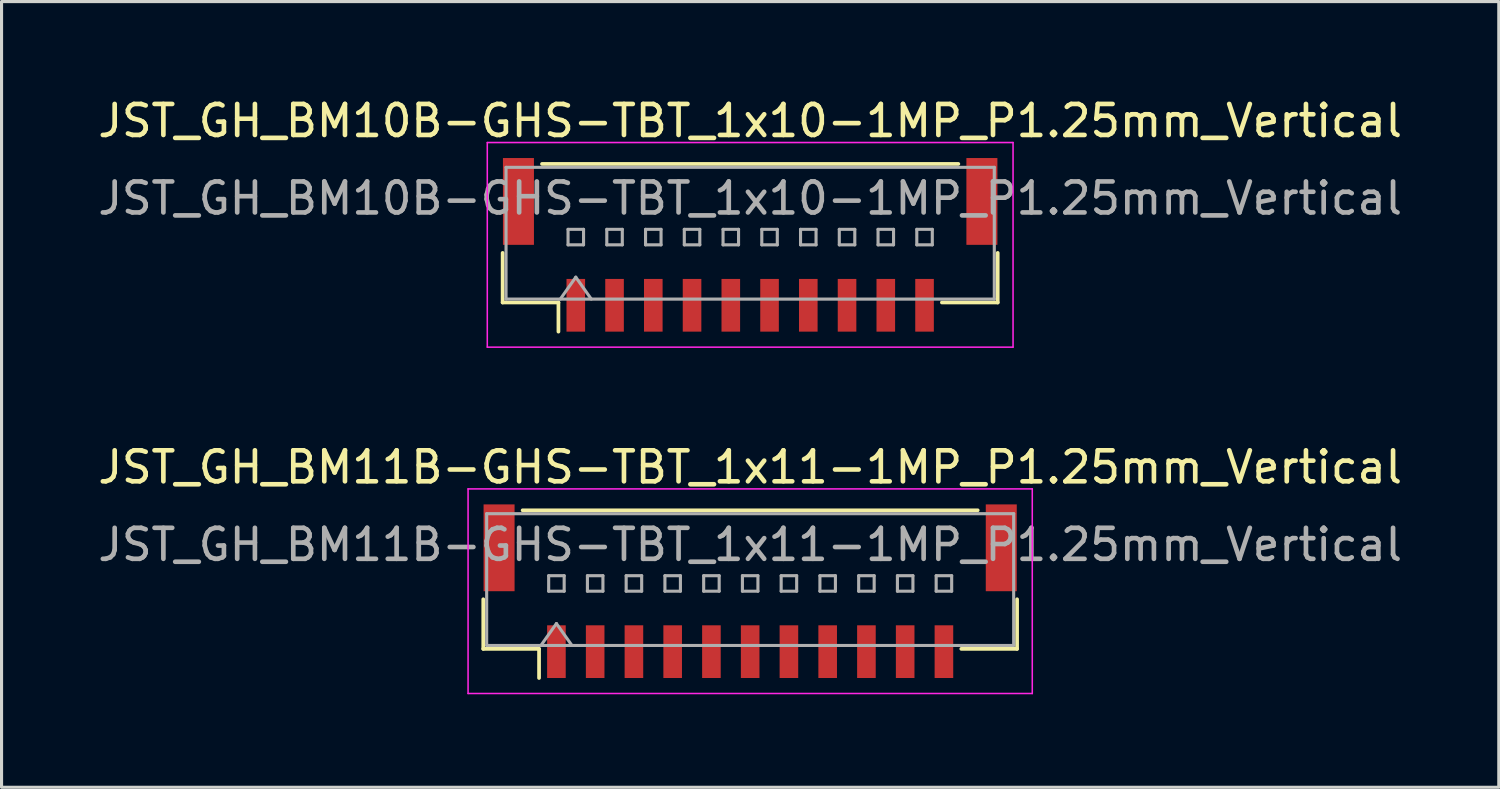
<source format=kicad_pcb>
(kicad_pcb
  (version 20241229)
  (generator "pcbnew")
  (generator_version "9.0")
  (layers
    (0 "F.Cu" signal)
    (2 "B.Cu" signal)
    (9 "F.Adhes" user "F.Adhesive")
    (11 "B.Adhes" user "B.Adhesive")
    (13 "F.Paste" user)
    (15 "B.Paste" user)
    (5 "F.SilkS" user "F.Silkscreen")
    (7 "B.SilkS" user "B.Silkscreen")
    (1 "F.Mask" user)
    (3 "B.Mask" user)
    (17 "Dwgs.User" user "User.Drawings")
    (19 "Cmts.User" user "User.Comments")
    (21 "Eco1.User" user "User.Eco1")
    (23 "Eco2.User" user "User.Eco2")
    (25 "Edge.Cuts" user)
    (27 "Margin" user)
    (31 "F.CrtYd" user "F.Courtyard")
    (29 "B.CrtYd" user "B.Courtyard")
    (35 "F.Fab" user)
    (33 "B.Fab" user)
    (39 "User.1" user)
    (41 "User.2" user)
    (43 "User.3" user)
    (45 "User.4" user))
  (footprint "JST_GH_BM10B-GHS-TBT_1x10-1MP_P1.25mm_Vertical"
    (layer "F.Cu")
    (at 21.149 4.848)
    (property "Reference" "JST_GH_BM10B-GHS-TBT_1x10-1MP_P1.25mm_Vertical" (at 0 -4 0) (layer "F.SilkS") (effects (font (size 1 1) (thickness 0.15))))
    (attr smd)
    (fp_line (start -7.985 0.26) (end -7.985 1.86) (stroke (width 0.12) (type solid)) (layer "F.SilkS"))
    (fp_line (start -7.985 1.86) (end -6.185 1.86) (stroke (width 0.12) (type solid)) (layer "F.SilkS"))
    (fp_line (start -6.715 -2.61) (end 6.715 -2.61) (stroke (width 0.12) (type solid)) (layer "F.SilkS"))
    (fp_line (start -6.185 1.86) (end -6.185 2.8) (stroke (width 0.12) (type solid)) (layer "F.SilkS"))
    (fp_line (start 7.985 0.26) (end 7.985 1.86) (stroke (width 0.12) (type solid)) (layer "F.SilkS"))
    (fp_line (start 7.985 1.86) (end 6.185 1.86) (stroke (width 0.12) (type solid)) (layer "F.SilkS"))
    (fp_line (start -8.48 -3.3) (end -8.48 3.3) (stroke (width 0.05) (type solid)) (layer "F.CrtYd"))
    (fp_line (start -8.48 3.3) (end 8.48 3.3) (stroke (width 0.05) (type solid)) (layer "F.CrtYd"))
    (fp_line (start 8.48 -3.3) (end -8.48 -3.3) (stroke (width 0.05) (type solid)) (layer "F.CrtYd"))
    (fp_line (start 8.48 3.3) (end 8.48 -3.3) (stroke (width 0.05) (type solid)) (layer "F.CrtYd"))
    (fp_line (start -7.875 -2.5) (end 7.875 -2.5) (stroke (width 0.1) (type solid)) (layer "F.Fab"))
    (fp_line (start -7.875 1.75) (end -7.875 -2.5) (stroke (width 0.1) (type solid)) (layer "F.Fab"))
    (fp_line (start -7.875 1.75) (end 7.875 1.75) (stroke (width 0.1) (type solid)) (layer "F.Fab"))
    (fp_line (start -6.125 1.75) (end -5.625 1.043) (stroke (width 0.1) (type solid)) (layer "F.Fab"))
    (fp_line (start -5.875 -0.5) (end -5.875 0) (stroke (width 0.1) (type solid)) (layer "F.Fab"))
    (fp_line (start -5.875 0) (end -5.375 0) (stroke (width 0.1) (type solid)) (layer "F.Fab"))
    (fp_line (start -5.625 1.043) (end -5.125 1.75) (stroke (width 0.1) (type solid)) (layer "F.Fab"))
    (fp_line (start -5.375 -0.5) (end -5.875 -0.5) (stroke (width 0.1) (type solid)) (layer "F.Fab"))
    (fp_line (start -5.375 0) (end -5.375 -0.5) (stroke (width 0.1) (type solid)) (layer "F.Fab"))
    (fp_line (start -4.625 -0.5) (end -4.625 0) (stroke (width 0.1) (type solid)) (layer "F.Fab"))
    (fp_line (start -4.625 0) (end -4.125 0) (stroke (width 0.1) (type solid)) (layer "F.Fab"))
    (fp_line (start -4.125 -0.5) (end -4.625 -0.5) (stroke (width 0.1) (type solid)) (layer "F.Fab"))
    (fp_line (start -4.125 0) (end -4.125 -0.5) (stroke (width 0.1) (type solid)) (layer "F.Fab"))
    (fp_line (start -3.375 -0.5) (end -3.375 0) (stroke (width 0.1) (type solid)) (layer "F.Fab"))
    (fp_line (start -3.375 0) (end -2.875 0) (stroke (width 0.1) (type solid)) (layer "F.Fab"))
    (fp_line (start -2.875 -0.5) (end -3.375 -0.5) (stroke (width 0.1) (type solid)) (layer "F.Fab"))
    (fp_line (start -2.875 0) (end -2.875 -0.5) (stroke (width 0.1) (type solid)) (layer "F.Fab"))
    (fp_line (start -2.125 -0.5) (end -2.125 0) (stroke (width 0.1) (type solid)) (layer "F.Fab"))
    (fp_line (start -2.125 0) (end -1.625 0) (stroke (width 0.1) (type solid)) (layer "F.Fab"))
    (fp_line (start -1.625 -0.5) (end -2.125 -0.5) (stroke (width 0.1) (type solid)) (layer "F.Fab"))
    (fp_line (start -1.625 0) (end -1.625 -0.5) (stroke (width 0.1) (type solid)) (layer "F.Fab"))
    (fp_line (start -0.875 -0.5) (end -0.875 0) (stroke (width 0.1) (type solid)) (layer "F.Fab"))
    (fp_line (start -0.875 0) (end -0.375 0) (stroke (width 0.1) (type solid)) (layer "F.Fab"))
    (fp_line (start -0.375 -0.5) (end -0.875 -0.5) (stroke (width 0.1) (type solid)) (layer "F.Fab"))
    (fp_line (start -0.375 0) (end -0.375 -0.5) (stroke (width 0.1) (type solid)) (layer "F.Fab"))
    (fp_line (start 0.375 -0.5) (end 0.375 0) (stroke (width 0.1) (type solid)) (layer "F.Fab"))
    (fp_line (start 0.375 0) (end 0.875 0) (stroke (width 0.1) (type solid)) (layer "F.Fab"))
    (fp_line (start 0.875 -0.5) (end 0.375 -0.5) (stroke (width 0.1) (type solid)) (layer "F.Fab"))
    (fp_line (start 0.875 0) (end 0.875 -0.5) (stroke (width 0.1) (type solid)) (layer "F.Fab"))
    (fp_line (start 1.625 -0.5) (end 1.625 0) (stroke (width 0.1) (type solid)) (layer "F.Fab"))
    (fp_line (start 1.625 0) (end 2.125 0) (stroke (width 0.1) (type solid)) (layer "F.Fab"))
    (fp_line (start 2.125 -0.5) (end 1.625 -0.5) (stroke (width 0.1) (type solid)) (layer "F.Fab"))
    (fp_line (start 2.125 0) (end 2.125 -0.5) (stroke (width 0.1) (type solid)) (layer "F.Fab"))
    (fp_line (start 2.875 -0.5) (end 2.875 0) (stroke (width 0.1) (type solid)) (layer "F.Fab"))
    (fp_line (start 2.875 0) (end 3.375 0) (stroke (width 0.1) (type solid)) (layer "F.Fab"))
    (fp_line (start 3.375 -0.5) (end 2.875 -0.5) (stroke (width 0.1) (type solid)) (layer "F.Fab"))
    (fp_line (start 3.375 0) (end 3.375 -0.5) (stroke (width 0.1) (type solid)) (layer "F.Fab"))
    (fp_line (start 4.125 -0.5) (end 4.125 0) (stroke (width 0.1) (type solid)) (layer "F.Fab"))
    (fp_line (start 4.125 0) (end 4.625 0) (stroke (width 0.1) (type solid)) (layer "F.Fab"))
    (fp_line (start 4.625 -0.5) (end 4.125 -0.5) (stroke (width 0.1) (type solid)) (layer "F.Fab"))
    (fp_line (start 4.625 0) (end 4.625 -0.5) (stroke (width 0.1) (type solid)) (layer "F.Fab"))
    (fp_line (start 5.375 -0.5) (end 5.375 0) (stroke (width 0.1) (type solid)) (layer "F.Fab"))
    (fp_line (start 5.375 0) (end 5.875 0) (stroke (width 0.1) (type solid)) (layer "F.Fab"))
    (fp_line (start 5.875 -0.5) (end 5.375 -0.5) (stroke (width 0.1) (type solid)) (layer "F.Fab"))
    (fp_line (start 5.875 0) (end 5.875 -0.5) (stroke (width 0.1) (type solid)) (layer "F.Fab"))
    (fp_line (start 7.875 1.75) (end 7.875 -2.5) (stroke (width 0.1) (type solid)) (layer "F.Fab"))
    (fp_text user "${REFERENCE}" (at 0 -1.5 0) (layer "F.Fab") (effects (font (size 1 1) (thickness 0.15))))
    (pad "1" smd rect (at -5.625 1.95) (size 0.6 1.7) (layers "F.Cu" "F.Mask" "F.Paste"))
    (pad "2" smd rect (at -4.375 1.95) (size 0.6 1.7) (layers "F.Cu" "F.Mask" "F.Paste"))
    (pad "3" smd rect (at -3.125 1.95) (size 0.6 1.7) (layers "F.Cu" "F.Mask" "F.Paste"))
    (pad "4" smd rect (at -1.875 1.95) (size 0.6 1.7) (layers "F.Cu" "F.Mask" "F.Paste"))
    (pad "5" smd rect (at -0.625 1.95) (size 0.6 1.7) (layers "F.Cu" "F.Mask" "F.Paste"))
    (pad "6" smd rect (at 0.625 1.95) (size 0.6 1.7) (layers "F.Cu" "F.Mask" "F.Paste"))
    (pad "7" smd rect (at 1.875 1.95) (size 0.6 1.7) (layers "F.Cu" "F.Mask" "F.Paste"))
    (pad "8" smd rect (at 3.125 1.95) (size 0.6 1.7) (layers "F.Cu" "F.Mask" "F.Paste"))
    (pad "9" smd rect (at 4.375 1.95) (size 0.6 1.7) (layers "F.Cu" "F.Mask" "F.Paste"))
    (pad "10" smd rect (at 5.625 1.95) (size 0.6 1.7) (layers "F.Cu" "F.Mask" "F.Paste"))
    (pad "MP" smd rect (at -7.475 -1.4) (size 1 2.8) (layers "F.Cu" "F.Mask" "F.Paste"))
    (pad "MP" smd rect (at 7.475 -1.4) (size 1 2.8) (layers "F.Cu" "F.Mask" "F.Paste")))
  (footprint "JST_GH_BM11B-GHS-TBT_1x11-1MP_P1.25mm_Vertical"
    (layer "F.Cu")
    (at 21.149 16.021)
    (property "Reference" "JST_GH_BM11B-GHS-TBT_1x11-1MP_P1.25mm_Vertical" (at 0 -4 0) (layer "F.SilkS") (effects (font (size 1 1) (thickness 0.15))))
    (attr smd)
    (fp_line (start -8.61 0.26) (end -8.61 1.86) (stroke (width 0.12) (type solid)) (layer "F.SilkS"))
    (fp_line (start -8.61 1.86) (end -6.81 1.86) (stroke (width 0.12) (type solid)) (layer "F.SilkS"))
    (fp_line (start -7.34 -2.61) (end 7.34 -2.61) (stroke (width 0.12) (type solid)) (layer "F.SilkS"))
    (fp_line (start -6.81 1.86) (end -6.81 2.8) (stroke (width 0.12) (type solid)) (layer "F.SilkS"))
    (fp_line (start 8.61 0.26) (end 8.61 1.86) (stroke (width 0.12) (type solid)) (layer "F.SilkS"))
    (fp_line (start 8.61 1.86) (end 6.81 1.86) (stroke (width 0.12) (type solid)) (layer "F.SilkS"))
    (fp_line (start -9.1 -3.3) (end -9.1 3.3) (stroke (width 0.05) (type solid)) (layer "F.CrtYd"))
    (fp_line (start -9.1 3.3) (end 9.1 3.3) (stroke (width 0.05) (type solid)) (layer "F.CrtYd"))
    (fp_line (start 9.1 -3.3) (end -9.1 -3.3) (stroke (width 0.05) (type solid)) (layer "F.CrtYd"))
    (fp_line (start 9.1 3.3) (end 9.1 -3.3) (stroke (width 0.05) (type solid)) (layer "F.CrtYd"))
    (fp_line (start -8.5 -2.5) (end 8.5 -2.5) (stroke (width 0.1) (type solid)) (layer "F.Fab"))
    (fp_line (start -8.5 1.75) (end -8.5 -2.5) (stroke (width 0.1) (type solid)) (layer "F.Fab"))
    (fp_line (start -8.5 1.75) (end 8.5 1.75) (stroke (width 0.1) (type solid)) (layer "F.Fab"))
    (fp_line (start -6.75 1.75) (end -6.25 1.043) (stroke (width 0.1) (type solid)) (layer "F.Fab"))
    (fp_line (start -6.5 -0.5) (end -6.5 0) (stroke (width 0.1) (type solid)) (layer "F.Fab"))
    (fp_line (start -6.5 0) (end -6 0) (stroke (width 0.1) (type solid)) (layer "F.Fab"))
    (fp_line (start -6.25 1.043) (end -5.75 1.75) (stroke (width 0.1) (type solid)) (layer "F.Fab"))
    (fp_line (start -6 -0.5) (end -6.5 -0.5) (stroke (width 0.1) (type solid)) (layer "F.Fab"))
    (fp_line (start -6 0) (end -6 -0.5) (stroke (width 0.1) (type solid)) (layer "F.Fab"))
    (fp_line (start -5.25 -0.5) (end -5.25 0) (stroke (width 0.1) (type solid)) (layer "F.Fab"))
    (fp_line (start -5.25 0) (end -4.75 0) (stroke (width 0.1) (type solid)) (layer "F.Fab"))
    (fp_line (start -4.75 -0.5) (end -5.25 -0.5) (stroke (width 0.1) (type solid)) (layer "F.Fab"))
    (fp_line (start -4.75 0) (end -4.75 -0.5) (stroke (width 0.1) (type solid)) (layer "F.Fab"))
    (fp_line (start -4 -0.5) (end -4 0) (stroke (width 0.1) (type solid)) (layer "F.Fab"))
    (fp_line (start -4 0) (end -3.5 0) (stroke (width 0.1) (type solid)) (layer "F.Fab"))
    (fp_line (start -3.5 -0.5) (end -4 -0.5) (stroke (width 0.1) (type solid)) (layer "F.Fab"))
    (fp_line (start -3.5 0) (end -3.5 -0.5) (stroke (width 0.1) (type solid)) (layer "F.Fab"))
    (fp_line (start -2.75 -0.5) (end -2.75 0) (stroke (width 0.1) (type solid)) (layer "F.Fab"))
    (fp_line (start -2.75 0) (end -2.25 0) (stroke (width 0.1) (type solid)) (layer "F.Fab"))
    (fp_line (start -2.25 -0.5) (end -2.75 -0.5) (stroke (width 0.1) (type solid)) (layer "F.Fab"))
    (fp_line (start -2.25 0) (end -2.25 -0.5) (stroke (width 0.1) (type solid)) (layer "F.Fab"))
    (fp_line (start -1.5 -0.5) (end -1.5 0) (stroke (width 0.1) (type solid)) (layer "F.Fab"))
    (fp_line (start -1.5 0) (end -1 0) (stroke (width 0.1) (type solid)) (layer "F.Fab"))
    (fp_line (start -1 -0.5) (end -1.5 -0.5) (stroke (width 0.1) (type solid)) (layer "F.Fab"))
    (fp_line (start -1 0) (end -1 -0.5) (stroke (width 0.1) (type solid)) (layer "F.Fab"))
    (fp_line (start -0.25 -0.5) (end -0.25 0) (stroke (width 0.1) (type solid)) (layer "F.Fab"))
    (fp_line (start -0.25 0) (end 0.25 0) (stroke (width 0.1) (type solid)) (layer "F.Fab"))
    (fp_line (start 0.25 -0.5) (end -0.25 -0.5) (stroke (width 0.1) (type solid)) (layer "F.Fab"))
    (fp_line (start 0.25 0) (end 0.25 -0.5) (stroke (width 0.1) (type solid)) (layer "F.Fab"))
    (fp_line (start 1 -0.5) (end 1 0) (stroke (width 0.1) (type solid)) (layer "F.Fab"))
    (fp_line (start 1 0) (end 1.5 0) (stroke (width 0.1) (type solid)) (layer "F.Fab"))
    (fp_line (start 1.5 -0.5) (end 1 -0.5) (stroke (width 0.1) (type solid)) (layer "F.Fab"))
    (fp_line (start 1.5 0) (end 1.5 -0.5) (stroke (width 0.1) (type solid)) (layer "F.Fab"))
    (fp_line (start 2.25 -0.5) (end 2.25 0) (stroke (width 0.1) (type solid)) (layer "F.Fab"))
    (fp_line (start 2.25 0) (end 2.75 0) (stroke (width 0.1) (type solid)) (layer "F.Fab"))
    (fp_line (start 2.75 -0.5) (end 2.25 -0.5) (stroke (width 0.1) (type solid)) (layer "F.Fab"))
    (fp_line (start 2.75 0) (end 2.75 -0.5) (stroke (width 0.1) (type solid)) (layer "F.Fab"))
    (fp_line (start 3.5 -0.5) (end 3.5 0) (stroke (width 0.1) (type solid)) (layer "F.Fab"))
    (fp_line (start 3.5 0) (end 4 0) (stroke (width 0.1) (type solid)) (layer "F.Fab"))
    (fp_line (start 4 -0.5) (end 3.5 -0.5) (stroke (width 0.1) (type solid)) (layer "F.Fab"))
    (fp_line (start 4 0) (end 4 -0.5) (stroke (width 0.1) (type solid)) (layer "F.Fab"))
    (fp_line (start 4.75 -0.5) (end 4.75 0) (stroke (width 0.1) (type solid)) (layer "F.Fab"))
    (fp_line (start 4.75 0) (end 5.25 0) (stroke (width 0.1) (type solid)) (layer "F.Fab"))
    (fp_line (start 5.25 -0.5) (end 4.75 -0.5) (stroke (width 0.1) (type solid)) (layer "F.Fab"))
    (fp_line (start 5.25 0) (end 5.25 -0.5) (stroke (width 0.1) (type solid)) (layer "F.Fab"))
    (fp_line (start 6 -0.5) (end 6 0) (stroke (width 0.1) (type solid)) (layer "F.Fab"))
    (fp_line (start 6 0) (end 6.5 0) (stroke (width 0.1) (type solid)) (layer "F.Fab"))
    (fp_line (start 6.5 -0.5) (end 6 -0.5) (stroke (width 0.1) (type solid)) (layer "F.Fab"))
    (fp_line (start 6.5 0) (end 6.5 -0.5) (stroke (width 0.1) (type solid)) (layer "F.Fab"))
    (fp_line (start 8.5 1.75) (end 8.5 -2.5) (stroke (width 0.1) (type solid)) (layer "F.Fab"))
    (fp_text user "${REFERENCE}" (at 0 -1.5 0) (layer "F.Fab") (effects (font (size 1 1) (thickness 0.15))))
    (pad "1" smd rect (at -6.25 1.95) (size 0.6 1.7) (layers "F.Cu" "F.Mask" "F.Paste"))
    (pad "2" smd rect (at -5 1.95) (size 0.6 1.7) (layers "F.Cu" "F.Mask" "F.Paste"))
    (pad "3" smd rect (at -3.75 1.95) (size 0.6 1.7) (layers "F.Cu" "F.Mask" "F.Paste"))
    (pad "4" smd rect (at -2.5 1.95) (size 0.6 1.7) (layers "F.Cu" "F.Mask" "F.Paste"))
    (pad "5" smd rect (at -1.25 1.95) (size 0.6 1.7) (layers "F.Cu" "F.Mask" "F.Paste"))
    (pad "6" smd rect (at 0 1.95) (size 0.6 1.7) (layers "F.Cu" "F.Mask" "F.Paste"))
    (pad "7" smd rect (at 1.25 1.95) (size 0.6 1.7) (layers "F.Cu" "F.Mask" "F.Paste"))
    (pad "8" smd rect (at 2.5 1.95) (size 0.6 1.7) (layers "F.Cu" "F.Mask" "F.Paste"))
    (pad "9" smd rect (at 3.75 1.95) (size 0.6 1.7) (layers "F.Cu" "F.Mask" "F.Paste"))
    (pad "10" smd rect (at 5 1.95) (size 0.6 1.7) (layers "F.Cu" "F.Mask" "F.Paste"))
    (pad "11" smd rect (at 6.25 1.95) (size 0.6 1.7) (layers "F.Cu" "F.Mask" "F.Paste"))
    (pad "MP" smd rect (at -8.1 -1.4) (size 1 2.8) (layers "F.Cu" "F.Mask" "F.Paste"))
    (pad "MP" smd rect (at 8.1 -1.4) (size 1 2.8) (layers "F.Cu" "F.Mask" "F.Paste")))
  (gr_rect
    (start -3 -3)
    (end 45.298 22.346)
    (stroke (width 0.1) (type default))
    (fill no)
    (layer "Edge.Cuts")))
</source>
